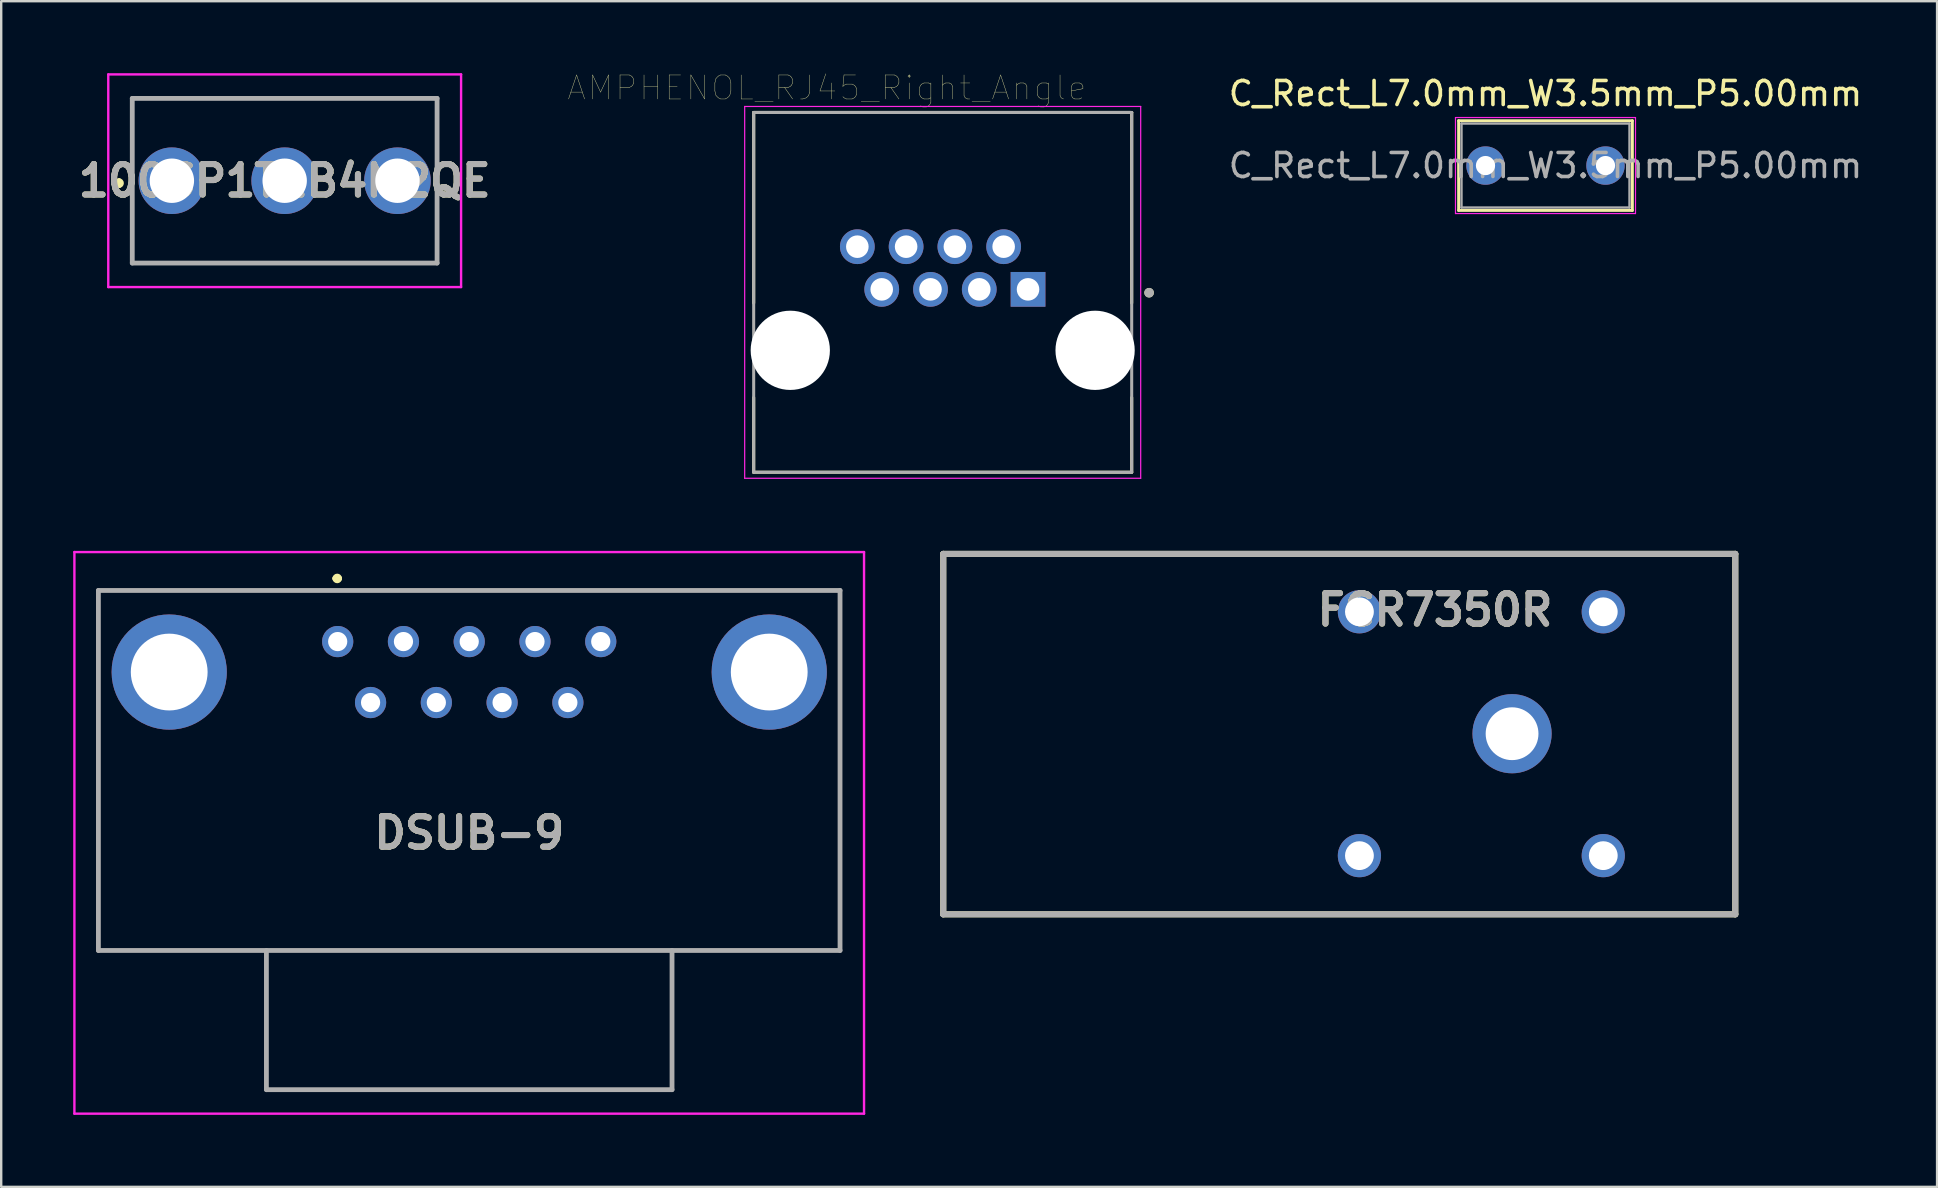
<source format=kicad_pcb>
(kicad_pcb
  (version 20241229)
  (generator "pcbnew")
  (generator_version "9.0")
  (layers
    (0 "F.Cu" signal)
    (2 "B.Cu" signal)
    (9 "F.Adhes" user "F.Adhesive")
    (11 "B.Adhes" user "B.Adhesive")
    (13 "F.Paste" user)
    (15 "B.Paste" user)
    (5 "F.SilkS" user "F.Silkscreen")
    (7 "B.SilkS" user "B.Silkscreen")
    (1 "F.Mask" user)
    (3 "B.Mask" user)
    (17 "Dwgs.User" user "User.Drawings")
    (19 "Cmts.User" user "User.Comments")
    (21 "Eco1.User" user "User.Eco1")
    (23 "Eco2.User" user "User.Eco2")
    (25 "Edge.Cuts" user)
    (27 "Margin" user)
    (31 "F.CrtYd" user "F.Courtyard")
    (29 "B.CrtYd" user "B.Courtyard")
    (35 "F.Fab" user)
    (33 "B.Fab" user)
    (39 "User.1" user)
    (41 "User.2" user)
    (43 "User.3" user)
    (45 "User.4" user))
  (footprint "DSUB-9"
    (layer "F.Cu")
    (at 16.5 31.651)
    (property "Reference" "DSUB-9" (at 0 0 0) (layer "F.SilkS") (effects (font (size 1.27 1.27) (thickness 0.254))))
    (attr through_hole)
    (fp_line (start -15.45 -10.1) (end 15.45 -10.1) (stroke (width 0.1) (type solid)) (layer "F.SilkS"))
    (fp_line (start -15.45 4.9) (end -15.45 -10.1) (stroke (width 0.1) (type solid)) (layer "F.SilkS"))
    (fp_line (start -8.45 4.9) (end -8.45 10.7) (stroke (width 0.1) (type solid)) (layer "F.SilkS"))
    (fp_line (start -8.45 10.7) (end 8.45 10.7) (stroke (width 0.1) (type solid)) (layer "F.SilkS"))
    (fp_line (start -5.6 -10.6) (end -5.6 -10.6) (stroke (width 0.2) (type solid)) (layer "F.SilkS"))
    (fp_line (start -5.4 -10.6) (end -5.4 -10.6) (stroke (width 0.2) (type solid)) (layer "F.SilkS"))
    (fp_line (start 8.45 10.7) (end 8.45 4.9) (stroke (width 0.1) (type solid)) (layer "F.SilkS"))
    (fp_line (start 15.45 -10.1) (end 15.45 4.9) (stroke (width 0.1) (type solid)) (layer "F.SilkS"))
    (fp_line (start 15.45 4.9) (end -15.45 4.9) (stroke (width 0.1) (type solid)) (layer "F.SilkS"))
    (fp_arc (start -5.6 -10.6) (mid -5.5 -10.7) (end -5.4 -10.6) (stroke (width 0.2) (type solid)) (layer "F.SilkS"))
    (fp_arc (start -5.4 -10.6) (mid -5.5 -10.5) (end -5.6 -10.6) (stroke (width 0.2) (type solid)) (layer "F.SilkS"))
    (fp_line (start -16.45 -11.7) (end 16.45 -11.7) (stroke (width 0.1) (type solid)) (layer "F.CrtYd"))
    (fp_line (start -16.45 11.7) (end -16.45 -11.7) (stroke (width 0.1) (type solid)) (layer "F.CrtYd"))
    (fp_line (start 16.45 -11.7) (end 16.45 11.7) (stroke (width 0.1) (type solid)) (layer "F.CrtYd"))
    (fp_line (start 16.45 11.7) (end -16.45 11.7) (stroke (width 0.1) (type solid)) (layer "F.CrtYd"))
    (fp_line (start -15.45 -10.1) (end 15.45 -10.1) (stroke (width 0.2) (type solid)) (layer "F.Fab"))
    (fp_line (start -15.45 4.9) (end -15.45 -10.1) (stroke (width 0.2) (type solid)) (layer "F.Fab"))
    (fp_line (start -8.45 4.9) (end -8.45 10.7) (stroke (width 0.2) (type solid)) (layer "F.Fab"))
    (fp_line (start -8.45 10.7) (end 8.45 10.7) (stroke (width 0.2) (type solid)) (layer "F.Fab"))
    (fp_line (start 8.45 10.7) (end 8.45 4.9) (stroke (width 0.2) (type solid)) (layer "F.Fab"))
    (fp_line (start 15.45 -10.1) (end 15.45 4.9) (stroke (width 0.2) (type solid)) (layer "F.Fab"))
    (fp_line (start 15.45 4.9) (end -15.45 4.9) (stroke (width 0.2) (type solid)) (layer "F.Fab"))
    (fp_text user "${REFERENCE}" (at 0 0 0) (layer "F.Fab") (effects (font (size 1.27 1.27) (thickness 0.254))))
    (pad "1" thru_hole circle (at -5.48 -7.97) (size 1.3 1.3) (drill 0.8) (layers "*.Cu" "*.Mask"))
    (pad "2" thru_hole circle (at -2.74 -7.97) (size 1.3 1.3) (drill 0.8) (layers "*.Cu" "*.Mask"))
    (pad "3" thru_hole circle (at 0 -7.97) (size 1.3 1.3) (drill 0.8) (layers "*.Cu" "*.Mask"))
    (pad "4" thru_hole circle (at 2.74 -7.97) (size 1.3 1.3) (drill 0.8) (layers "*.Cu" "*.Mask"))
    (pad "5" thru_hole circle (at 5.48 -7.97) (size 1.3 1.3) (drill 0.8) (layers "*.Cu" "*.Mask"))
    (pad "6" thru_hole circle (at -4.11 -5.43) (size 1.3 1.3) (drill 0.8) (layers "*.Cu" "*.Mask"))
    (pad "7" thru_hole circle (at -1.37 -5.43) (size 1.3 1.3) (drill 0.8) (layers "*.Cu" "*.Mask"))
    (pad "8" thru_hole circle (at 1.37 -5.43) (size 1.3 1.3) (drill 0.8) (layers "*.Cu" "*.Mask"))
    (pad "9" thru_hole circle (at 4.11 -5.43) (size 1.3 1.3) (drill 0.8) (layers "*.Cu" "*.Mask"))
    (pad "MH1" thru_hole circle (at -12.5 -6.7) (size 4.8 4.8) (drill 3.2) (layers "*.Cu" "*.Mask"))
    (pad "MH2" thru_hole circle (at 12.5 -6.7) (size 4.8 4.8) (drill 3.2) (layers "*.Cu" "*.Mask")))
  (footprint "FCR7350R"
    (layer "F.Cu")
    (at 36.25 35.044)
    (property "Reference" "FCR7350R" (at 20.491 -12.686 0) (layer "F.SilkS") (effects (font (size 1.27 1.27) (thickness 0.254))))
    (attr through_hole)
    (fp_line (start 0 -15.015) (end 33 -15.015) (stroke (width 0.254) (type solid)) (layer "F.SilkS"))
    (fp_line (start 0 0) (end 0 -15.015) (stroke (width 0.254) (type solid)) (layer "F.SilkS"))
    (fp_line (start 33 -15.015) (end 33 0) (stroke (width 0.254) (type solid)) (layer "F.SilkS"))
    (fp_line (start 33 0) (end 0 0) (stroke (width 0.254) (type solid)) (layer "F.SilkS"))
    (fp_line (start 0 -15.015) (end 33 -15.015) (stroke (width 0.254) (type solid)) (layer "F.Fab"))
    (fp_line (start 0 0) (end 0 -15.015) (stroke (width 0.254) (type solid)) (layer "F.Fab"))
    (fp_line (start 33 -15.015) (end 33 0) (stroke (width 0.254) (type solid)) (layer "F.Fab"))
    (fp_line (start 33 0) (end 0 0) (stroke (width 0.254) (type solid)) (layer "F.Fab"))
    (fp_text user "${REFERENCE}" (at 20.491 -12.686 0) (layer "F.Fab") (effects (font (size 1.27 1.27) (thickness 0.254))))
    (pad "1" thru_hole circle (at 17.34 -12.604) (size 1.8 1.8) (drill 1.2) (layers "*.Cu" "*.Mask"))
    (pad "2" thru_hole circle (at 27.5 -12.604) (size 1.8 1.8) (drill 1.2) (layers "*.Cu" "*.Mask"))
    (pad "3" thru_hole circle (at 17.34 -2.444) (size 1.8 1.8) (drill 1.2) (layers "*.Cu" "*.Mask"))
    (pad "4" thru_hole circle (at 27.5 -2.444) (size 1.8 1.8) (drill 1.2) (layers "*.Cu" "*.Mask"))
    (pad "5" thru_hole circle (at 23.7 -7.524) (size 3.3 3.3) (drill 2.2) (layers "*.Cu" "*.Mask")))
  (footprint "100SP1T1B4M2QE"
    (layer "F.Cu")
    (at 8.811 4.48)
    (property "Reference" "100SP1T1B4M2QE" (at 0 0 0) (layer "F.SilkS") (effects (font (size 1.27 1.27) (thickness 0.254))))
    (attr through_hole)
    (fp_line (start -6.9 0) (end -6.9 0) (stroke (width 0.2) (type solid)) (layer "F.SilkS"))
    (fp_line (start -6.9 0.2) (end -6.9 0.2) (stroke (width 0.2) (type solid)) (layer "F.SilkS"))
    (fp_line (start -6.35 -3.43) (end 6.35 -3.43) (stroke (width 0.1) (type solid)) (layer "F.SilkS"))
    (fp_line (start -6.35 3.43) (end -6.35 -3.43) (stroke (width 0.1) (type solid)) (layer "F.SilkS"))
    (fp_line (start 6.35 -3.43) (end 6.35 3.43) (stroke (width 0.1) (type solid)) (layer "F.SilkS"))
    (fp_line (start 6.35 3.43) (end -6.35 3.43) (stroke (width 0.1) (type solid)) (layer "F.SilkS"))
    (fp_arc (start -6.9 0) (mid -6.8 0.1) (end -6.9 0.2) (stroke (width 0.2) (type solid)) (layer "F.SilkS"))
    (fp_arc (start -6.9 0.2) (mid -7 0.1) (end -6.9 0) (stroke (width 0.2) (type solid)) (layer "F.SilkS"))
    (fp_line (start -7.35 -4.43) (end 7.35 -4.43) (stroke (width 0.1) (type solid)) (layer "F.CrtYd"))
    (fp_line (start -7.35 4.43) (end -7.35 -4.43) (stroke (width 0.1) (type solid)) (layer "F.CrtYd"))
    (fp_line (start 7.35 -4.43) (end 7.35 4.43) (stroke (width 0.1) (type solid)) (layer "F.CrtYd"))
    (fp_line (start 7.35 4.43) (end -7.35 4.43) (stroke (width 0.1) (type solid)) (layer "F.CrtYd"))
    (fp_line (start -6.35 -3.43) (end 6.35 -3.43) (stroke (width 0.2) (type solid)) (layer "F.Fab"))
    (fp_line (start -6.35 3.43) (end -6.35 -3.43) (stroke (width 0.2) (type solid)) (layer "F.Fab"))
    (fp_line (start 6.35 -3.43) (end 6.35 3.43) (stroke (width 0.2) (type solid)) (layer "F.Fab"))
    (fp_line (start 6.35 3.43) (end -6.35 3.43) (stroke (width 0.2) (type solid)) (layer "F.Fab"))
    (fp_text user "${REFERENCE}" (at 0 0 0) (layer "F.Fab") (effects (font (size 1.27 1.27) (thickness 0.254))))
    (pad "1" thru_hole circle (at -4.7 0) (size 2.775 2.775) (drill 1.85) (layers "*.Cu" "*.Mask"))
    (pad "2" thru_hole circle (at 0 0) (size 2.775 2.775) (drill 1.85) (layers "*.Cu" "*.Mask"))
    (pad "3" thru_hole circle (at 4.7 0) (size 2.775 2.775) (drill 1.85) (layers "*.Cu" "*.Mask")))
  (footprint "AMPHENOL_RJ45_Right_Angle"
    (layer "F.Cu")
    (at 36.227 11.546)
    (property "Reference" "AMPHENOL_RJ45_Right_Angle" (at -4.825 -10.935 0) (layer "F.SilkS") (effects (font (size 1 1) (thickness 0.015))))
    (attr through_hole)
    (fp_line (start -7.875 -9.91) (end 7.875 -9.91) (stroke (width 0.127) (type solid)) (layer "F.SilkS"))
    (fp_line (start -7.875 -1.97) (end -7.875 -9.91) (stroke (width 0.127) (type solid)) (layer "F.SilkS"))
    (fp_line (start -7.875 1.97) (end -7.875 5.08) (stroke (width 0.127) (type solid)) (layer "F.SilkS"))
    (fp_line (start -7.875 5.08) (end 7.875 5.08) (stroke (width 0.127) (type solid)) (layer "F.SilkS"))
    (fp_line (start 7.875 -9.91) (end 7.875 -1.97) (stroke (width 0.127) (type solid)) (layer "F.SilkS"))
    (fp_line (start 7.875 5.08) (end 7.875 1.97) (stroke (width 0.127) (type solid)) (layer "F.SilkS"))
    (fp_circle (center 8.6 -2.4) (end 8.7 -2.4) (stroke (width 0.2) (type solid)) (fill no) (layer "F.SilkS"))
    (fp_line (start -8.25 -10.16) (end -8.25 5.33) (stroke (width 0.05) (type solid)) (layer "F.CrtYd"))
    (fp_line (start -8.25 5.33) (end 8.25 5.33) (stroke (width 0.05) (type solid)) (layer "F.CrtYd"))
    (fp_line (start 8.25 -10.16) (end -8.25 -10.16) (stroke (width 0.05) (type solid)) (layer "F.CrtYd"))
    (fp_line (start 8.25 5.33) (end 8.25 -10.16) (stroke (width 0.05) (type solid)) (layer "F.CrtYd"))
    (fp_line (start -7.875 -9.91) (end -7.875 5.08) (stroke (width 0.127) (type solid)) (layer "F.Fab"))
    (fp_line (start -7.875 5.08) (end 7.875 5.08) (stroke (width 0.127) (type solid)) (layer "F.Fab"))
    (fp_line (start 7.875 -9.91) (end -7.875 -9.91) (stroke (width 0.127) (type solid)) (layer "F.Fab"))
    (fp_line (start 7.875 5.08) (end 7.875 -9.91) (stroke (width 0.127) (type solid)) (layer "F.Fab"))
    (fp_circle (center 8.6 -2.4) (end 8.7 -2.4) (stroke (width 0.2) (type solid)) (fill no) (layer "F.Fab"))
    (pad "" np_thru_hole circle (at -6.35 0) (size 3.302 3.302) (drill 3.302) (layers "*.Cu" "*.Mask"))
    (pad "" np_thru_hole circle (at 6.35 0) (size 3.302 3.302) (drill 3.302) (layers "*.Cu" "*.Mask"))
    (pad "1" thru_hole rect (at 3.556 -2.54) (size 1.448 1.448) (drill 0.94) (layers "*.Cu" "*.Mask"))
    (pad "2" thru_hole circle (at 2.54 -4.318) (size 1.448 1.448) (drill 0.94) (layers "*.Cu" "*.Mask"))
    (pad "3" thru_hole circle (at 1.524 -2.54) (size 1.448 1.448) (drill 0.94) (layers "*.Cu" "*.Mask"))
    (pad "4" thru_hole circle (at 0.508 -4.318) (size 1.448 1.448) (drill 0.94) (layers "*.Cu" "*.Mask"))
    (pad "5" thru_hole circle (at -0.508 -2.54) (size 1.448 1.448) (drill 0.94) (layers "*.Cu" "*.Mask"))
    (pad "6" thru_hole circle (at -1.524 -4.318) (size 1.448 1.448) (drill 0.94) (layers "*.Cu" "*.Mask"))
    (pad "7" thru_hole circle (at -2.54 -2.54) (size 1.448 1.448) (drill 0.94) (layers "*.Cu" "*.Mask"))
    (pad "8" thru_hole circle (at -3.556 -4.318) (size 1.448 1.448) (drill 0.94) (layers "*.Cu" "*.Mask")))
  (footprint "C_Rect_L7.0mm_W3.5mm_P5.00mm"
    (layer "F.Cu")
    (at 58.843 3.848)
    (property "Reference" "C_Rect_L7.0mm_W3.5mm_P5.00mm" (at 2.5 -3 0) (layer "F.SilkS") (effects (font (size 1 1) (thickness 0.15))))
    (attr through_hole)
    (fp_line (start -1.12 -1.87) (end -1.12 1.87) (stroke (width 0.12) (type solid)) (layer "F.SilkS"))
    (fp_line (start -1.12 -1.87) (end 6.12 -1.87) (stroke (width 0.12) (type solid)) (layer "F.SilkS"))
    (fp_line (start -1.12 1.87) (end 6.12 1.87) (stroke (width 0.12) (type solid)) (layer "F.SilkS"))
    (fp_line (start 6.12 -1.87) (end 6.12 1.87) (stroke (width 0.12) (type solid)) (layer "F.SilkS"))
    (fp_line (start -1.25 -2) (end -1.25 2) (stroke (width 0.05) (type solid)) (layer "F.CrtYd"))
    (fp_line (start -1.25 2) (end 6.25 2) (stroke (width 0.05) (type solid)) (layer "F.CrtYd"))
    (fp_line (start 6.25 -2) (end -1.25 -2) (stroke (width 0.05) (type solid)) (layer "F.CrtYd"))
    (fp_line (start 6.25 2) (end 6.25 -2) (stroke (width 0.05) (type solid)) (layer "F.CrtYd"))
    (fp_line (start -1 -1.75) (end -1 1.75) (stroke (width 0.1) (type solid)) (layer "F.Fab"))
    (fp_line (start -1 1.75) (end 6 1.75) (stroke (width 0.1) (type solid)) (layer "F.Fab"))
    (fp_line (start 6 -1.75) (end -1 -1.75) (stroke (width 0.1) (type solid)) (layer "F.Fab"))
    (fp_line (start 6 1.75) (end 6 -1.75) (stroke (width 0.1) (type solid)) (layer "F.Fab"))
    (fp_text user "${REFERENCE}" (at 2.5 0 0) (layer "F.Fab") (effects (font (size 1 1) (thickness 0.15))))
    (pad "1" thru_hole circle (at 0 0) (size 1.6 1.6) (drill 0.8) (layers "*.Cu" "*.Mask"))
    (pad "2" thru_hole circle (at 5 0) (size 1.6 1.6) (drill 0.8) (layers "*.Cu" "*.Mask")))
  (gr_rect
    (start -3 -3)
    (end 77.658 46.401)
    (stroke (width 0.1) (type default))
    (fill no)
    (layer "Edge.Cuts")))
</source>
